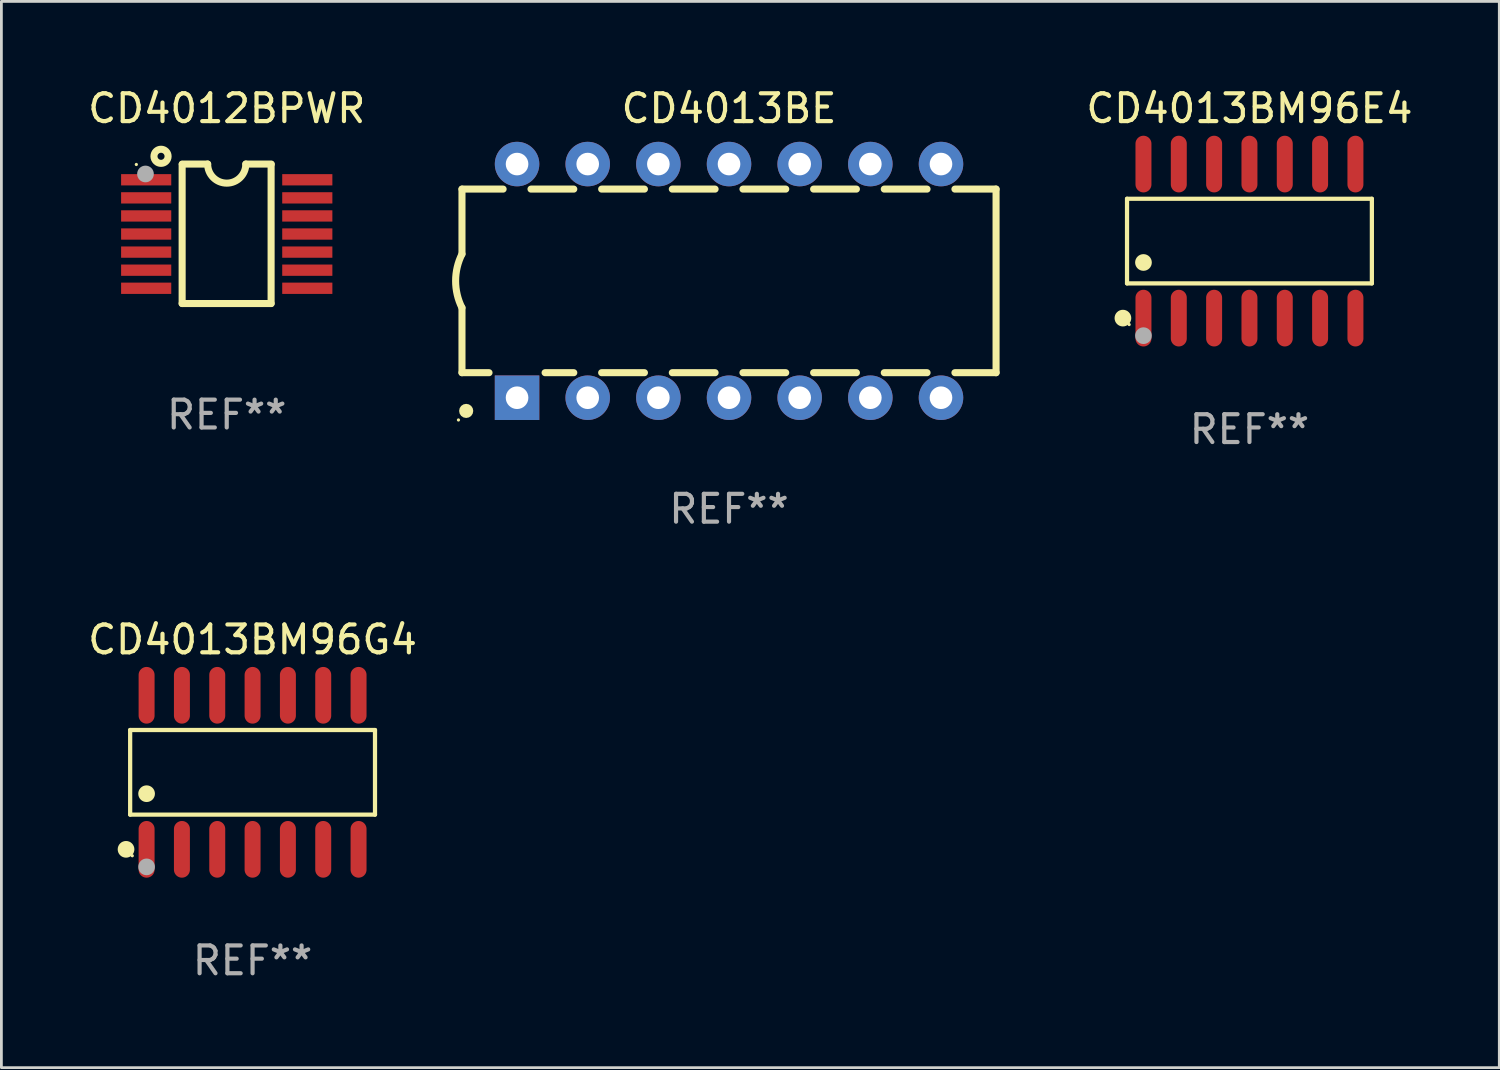
<source format=kicad_pcb>
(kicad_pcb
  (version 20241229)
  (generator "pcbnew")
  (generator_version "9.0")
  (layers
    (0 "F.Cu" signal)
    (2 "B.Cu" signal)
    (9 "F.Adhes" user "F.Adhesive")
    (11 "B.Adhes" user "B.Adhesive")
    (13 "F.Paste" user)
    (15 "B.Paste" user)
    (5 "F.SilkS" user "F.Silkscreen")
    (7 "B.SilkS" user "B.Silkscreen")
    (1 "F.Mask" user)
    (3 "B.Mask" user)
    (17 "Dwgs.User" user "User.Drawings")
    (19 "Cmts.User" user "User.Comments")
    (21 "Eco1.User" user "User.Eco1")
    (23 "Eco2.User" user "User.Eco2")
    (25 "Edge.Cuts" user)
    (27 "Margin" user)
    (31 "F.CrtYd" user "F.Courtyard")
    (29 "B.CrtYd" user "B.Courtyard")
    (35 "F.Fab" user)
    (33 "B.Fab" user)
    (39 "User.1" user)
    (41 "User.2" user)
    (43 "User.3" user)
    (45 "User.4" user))
  (footprint "CD4013BM96G4"
    (layer "F.Cu")
    (at 6.03 24.714)
    (property "Reference" "CD4013BM96G4" (at 0 -4.769 0) (layer "F.SilkS") (effects (font (size 1 1) (thickness 0.15))))
    (attr through_hole)
    (fp_line (start -4.401 -1.521) (end 4.401 -1.521) (stroke (width 0.152) (type solid)) (layer "F.SilkS"))
    (fp_line (start -4.401 1.521) (end -4.401 -1.521) (stroke (width 0.152) (type solid)) (layer "F.SilkS"))
    (fp_line (start 4.401 -1.521) (end 4.401 1.521) (stroke (width 0.152) (type solid)) (layer "F.SilkS"))
    (fp_line (start 4.401 1.521) (end -4.401 1.521) (stroke (width 0.152) (type solid)) (layer "F.SilkS"))
    (fp_circle (center -4.549 2.769) (end -4.399 2.769) (stroke (width 0.3) (type solid)) (fill no) (layer "F.SilkS"))
    (fp_circle (center -4.325 3) (end -4.295 3) (stroke (width 0.06) (type solid)) (fill no) (layer "F.SilkS"))
    (fp_circle (center -3.81 0.769) (end -3.66 0.769) (stroke (width 0.3) (type solid)) (fill no) (layer "F.SilkS"))
    (fp_circle (center -3.81 3.4) (end -3.66 3.4) (stroke (width 0.3) (type solid)) (fill no) (layer "F.Fab"))
    (fp_text user "REF**" (at 0 6.769 0) (layer "F.Fab") (effects (font (size 1 1) (thickness 0.15))))
    (pad "1" smd oval (at -3.81 2.769) (size 0.574 2.038) (layers "F.Cu" "F.Mask" "F.Paste"))
    (pad "2" smd oval (at -2.54 2.769) (size 0.574 2.038) (layers "F.Cu" "F.Mask" "F.Paste"))
    (pad "3" smd oval (at -1.27 2.769) (size 0.574 2.038) (layers "F.Cu" "F.Mask" "F.Paste"))
    (pad "4" smd oval (at 0 2.769) (size 0.574 2.038) (layers "F.Cu" "F.Mask" "F.Paste"))
    (pad "5" smd oval (at 1.27 2.769) (size 0.574 2.038) (layers "F.Cu" "F.Mask" "F.Paste"))
    (pad "6" smd oval (at 2.54 2.769) (size 0.574 2.038) (layers "F.Cu" "F.Mask" "F.Paste"))
    (pad "7" smd oval (at 3.81 2.769) (size 0.574 2.038) (layers "F.Cu" "F.Mask" "F.Paste"))
    (pad "8" smd oval (at 3.81 -2.769) (size 0.574 2.038) (layers "F.Cu" "F.Mask" "F.Paste"))
    (pad "9" smd oval (at 2.54 -2.769) (size 0.574 2.038) (layers "F.Cu" "F.Mask" "F.Paste"))
    (pad "10" smd oval (at 1.27 -2.769) (size 0.574 2.038) (layers "F.Cu" "F.Mask" "F.Paste"))
    (pad "11" smd oval (at 0 -2.769) (size 0.574 2.038) (layers "F.Cu" "F.Mask" "F.Paste"))
    (pad "12" smd oval (at -1.27 -2.769) (size 0.574 2.038) (layers "F.Cu" "F.Mask" "F.Paste"))
    (pad "13" smd oval (at -2.54 -2.769) (size 0.574 2.038) (layers "F.Cu" "F.Mask" "F.Paste"))
    (pad "14" smd oval (at -3.81 -2.769) (size 0.574 2.038) (layers "F.Cu" "F.Mask" "F.Paste")))
  (footprint "CD4012BPWR"
    (layer "F.Cu")
    (at 5.101 5.355)
    (property "Reference" "CD4012BPWR" (at 0 -4.507 0) (layer "F.SilkS") (effects (font (size 1 1) (thickness 0.15))))
    (attr through_hole)
    (fp_line (start -1.603 2.507) (end -1.603 -2.494) (stroke (width 0.254) (type solid)) (layer "F.SilkS"))
    (fp_line (start -1.603 2.507) (end 1.595 2.507) (stroke (width 0.254) (type solid)) (layer "F.SilkS"))
    (fp_line (start -1.6 -2.507) (end -0.686 -2.507) (stroke (width 0.254) (type solid)) (layer "F.SilkS"))
    (fp_line (start 0.686 -2.507) (end 1.6 -2.507) (stroke (width 0.254) (type solid)) (layer "F.SilkS"))
    (fp_line (start 1.595 2.507) (end 1.595 -2.494) (stroke (width 0.254) (type solid)) (layer "F.SilkS"))
    (fp_arc (start 0.685852 -2.506998) (mid 0.000051 -1.821197) (end -0.68575 -2.506998) (stroke (width 0.254001) (type solid)) (layer "F.SilkS"))
    (fp_circle (center -3.25 -2.492) (end -3.22 -2.492) (stroke (width 0.06) (type solid)) (fill no) (layer "F.SilkS"))
    (fp_circle (center -2.362 -2.786) (end -2.108 -2.786) (stroke (width 0.254) (type solid)) (fill no) (layer "F.SilkS"))
    (fp_circle (center -2.921 -2.151) (end -2.771 -2.151) (stroke (width 0.3) (type solid)) (fill no) (layer "F.Fab"))
    (fp_text user "REF**" (at 0 6.507 0) (layer "F.Fab") (effects (font (size 1 1) (thickness 0.15))))
    (pad "1" smd rect (at -2.896 -1.942) (size 1.803 0.406) (layers "F.Cu" "F.Mask" "F.Paste"))
    (pad "2" smd rect (at -2.896 -1.292) (size 1.803 0.406) (layers "F.Cu" "F.Mask" "F.Paste"))
    (pad "3" smd rect (at -2.896 -0.642) (size 1.803 0.406) (layers "F.Cu" "F.Mask" "F.Paste"))
    (pad "4" smd rect (at -2.896 0.008) (size 1.803 0.406) (layers "F.Cu" "F.Mask" "F.Paste"))
    (pad "5" smd rect (at -2.896 0.658) (size 1.803 0.406) (layers "F.Cu" "F.Mask" "F.Paste"))
    (pad "6" smd rect (at -2.896 1.308) (size 1.803 0.406) (layers "F.Cu" "F.Mask" "F.Paste"))
    (pad "7" smd rect (at -2.896 1.958) (size 1.803 0.406) (layers "F.Cu" "F.Mask" "F.Paste"))
    (pad "8" smd rect (at 2.896 1.958) (size 1.803 0.406) (layers "F.Cu" "F.Mask" "F.Paste"))
    (pad "9" smd rect (at 2.896 1.308) (size 1.803 0.406) (layers "F.Cu" "F.Mask" "F.Paste"))
    (pad "10" smd rect (at 2.896 0.658) (size 1.803 0.406) (layers "F.Cu" "F.Mask" "F.Paste"))
    (pad "11" smd rect (at 2.896 0.008) (size 1.803 0.406) (layers "F.Cu" "F.Mask" "F.Paste"))
    (pad "12" smd rect (at 2.896 -0.642) (size 1.803 0.406) (layers "F.Cu" "F.Mask" "F.Paste"))
    (pad "13" smd rect (at 2.896 -1.292) (size 1.803 0.406) (layers "F.Cu" "F.Mask" "F.Paste"))
    (pad "14" smd rect (at 2.896 -1.942) (size 1.803 0.406) (layers "F.Cu" "F.Mask" "F.Paste")))
  (footprint "CD4013BE"
    (layer "F.Cu")
    (at 23.158 7.048)
    (property "Reference" "CD4013BE" (at 0 -6.2 0) (layer "F.SilkS") (effects (font (size 1 1) (thickness 0.15))))
    (attr through_hole)
    (fp_line (start -9.6 -3.3) (end -9.6 -0.965) (stroke (width 0.254) (type solid)) (layer "F.SilkS"))
    (fp_line (start -9.6 -3.3) (end -8.121 -3.3) (stroke (width 0.254) (type solid)) (layer "F.SilkS"))
    (fp_line (start -9.6 3.3) (end -9.6 0.965) (stroke (width 0.254) (type solid)) (layer "F.SilkS"))
    (fp_line (start -9.6 3.3) (end -8.628 3.3) (stroke (width 0.254) (type solid)) (layer "F.SilkS"))
    (fp_line (start -7.119 -3.3) (end -5.581 -3.3) (stroke (width 0.254) (type solid)) (layer "F.SilkS"))
    (fp_line (start -6.612 3.3) (end -5.581 3.3) (stroke (width 0.254) (type solid)) (layer "F.SilkS"))
    (fp_line (start -4.579 -3.3) (end -3.041 -3.3) (stroke (width 0.254) (type solid)) (layer "F.SilkS"))
    (fp_line (start -4.579 3.3) (end -3.041 3.3) (stroke (width 0.254) (type solid)) (layer "F.SilkS"))
    (fp_line (start -2.039 -3.3) (end -0.501 -3.3) (stroke (width 0.254) (type solid)) (layer "F.SilkS"))
    (fp_line (start -2.039 3.3) (end -0.501 3.3) (stroke (width 0.254) (type solid)) (layer "F.SilkS"))
    (fp_line (start 0.501 -3.3) (end 2.039 -3.3) (stroke (width 0.254) (type solid)) (layer "F.SilkS"))
    (fp_line (start 0.501 3.3) (end 2.039 3.3) (stroke (width 0.254) (type solid)) (layer "F.SilkS"))
    (fp_line (start 3.041 -3.3) (end 4.579 -3.3) (stroke (width 0.254) (type solid)) (layer "F.SilkS"))
    (fp_line (start 3.041 3.3) (end 4.579 3.3) (stroke (width 0.254) (type solid)) (layer "F.SilkS"))
    (fp_line (start 5.581 -3.3) (end 7.119 -3.3) (stroke (width 0.254) (type solid)) (layer "F.SilkS"))
    (fp_line (start 5.581 3.3) (end 7.119 3.3) (stroke (width 0.254) (type solid)) (layer "F.SilkS"))
    (fp_line (start 8.121 -3.3) (end 9.6 -3.3) (stroke (width 0.254) (type solid)) (layer "F.SilkS"))
    (fp_line (start 8.121 3.3) (end 9.6 3.3) (stroke (width 0.254) (type solid)) (layer "F.SilkS"))
    (fp_line (start 9.6 -3.3) (end 9.6 3.3) (stroke (width 0.254) (type solid)) (layer "F.SilkS"))
    (fp_arc (start -9.601219 0.965202) (mid -9.828641 -0.00004) (end -9.600025 -0.964999) (stroke (width 0.254001) (type solid)) (layer "F.SilkS"))
    (fp_circle (center -9.727 5) (end -9.697 5) (stroke (width 0.06) (type solid)) (fill no) (layer "F.SilkS"))
    (fp_circle (center -9.449 4.674) (end -9.322 4.674) (stroke (width 0.254) (type solid)) (fill no) (layer "F.SilkS"))
    (fp_text user "REF**" (at 0 8.2 0) (layer "F.Fab") (effects (font (size 1 1) (thickness 0.15))))
    (pad "1" thru_hole rect (at -7.62 4.2) (size 1.6 1.6) (drill 0.813) (layers "*.Cu" "*.Mask"))
    (pad "2" thru_hole circle (at -5.08 4.2) (size 1.6 1.6) (drill 0.813) (layers "*.Cu" "*.Mask"))
    (pad "3" thru_hole circle (at -2.54 4.2) (size 1.6 1.6) (drill 0.813) (layers "*.Cu" "*.Mask"))
    (pad "4" thru_hole circle (at 0 4.2) (size 1.6 1.6) (drill 0.813) (layers "*.Cu" "*.Mask"))
    (pad "5" thru_hole circle (at 2.54 4.2) (size 1.6 1.6) (drill 0.813) (layers "*.Cu" "*.Mask"))
    (pad "6" thru_hole circle (at 5.08 4.2) (size 1.6 1.6) (drill 0.813) (layers "*.Cu" "*.Mask"))
    (pad "7" thru_hole circle (at 7.62 4.2) (size 1.6 1.6) (drill 0.813) (layers "*.Cu" "*.Mask"))
    (pad "8" thru_hole circle (at 7.62 -4.2) (size 1.6 1.6) (drill 0.813) (layers "*.Cu" "*.Mask"))
    (pad "9" thru_hole circle (at 5.08 -4.2) (size 1.6 1.6) (drill 0.813) (layers "*.Cu" "*.Mask"))
    (pad "10" thru_hole circle (at 2.54 -4.2) (size 1.6 1.6) (drill 0.813) (layers "*.Cu" "*.Mask"))
    (pad "11" thru_hole circle (at 0 -4.2) (size 1.6 1.6) (drill 0.813) (layers "*.Cu" "*.Mask"))
    (pad "12" thru_hole circle (at -2.54 -4.2) (size 1.6 1.6) (drill 0.813) (layers "*.Cu" "*.Mask"))
    (pad "13" thru_hole circle (at -5.08 -4.2) (size 1.6 1.6) (drill 0.813) (layers "*.Cu" "*.Mask"))
    (pad "14" thru_hole circle (at -7.62 -4.2) (size 1.6 1.6) (drill 0.813) (layers "*.Cu" "*.Mask")))
  (footprint "CD4013BM96E4"
    (layer "F.Cu")
    (at 41.867 5.617)
    (property "Reference" "CD4013BM96E4" (at 0 -4.769 0) (layer "F.SilkS") (effects (font (size 1 1) (thickness 0.15))))
    (attr through_hole)
    (fp_line (start -4.401 -1.521) (end 4.401 -1.521) (stroke (width 0.152) (type solid)) (layer "F.SilkS"))
    (fp_line (start -4.401 1.521) (end -4.401 -1.521) (stroke (width 0.152) (type solid)) (layer "F.SilkS"))
    (fp_line (start 4.401 -1.521) (end 4.401 1.521) (stroke (width 0.152) (type solid)) (layer "F.SilkS"))
    (fp_line (start 4.401 1.521) (end -4.401 1.521) (stroke (width 0.152) (type solid)) (layer "F.SilkS"))
    (fp_circle (center -4.549 2.769) (end -4.399 2.769) (stroke (width 0.3) (type solid)) (fill no) (layer "F.SilkS"))
    (fp_circle (center -4.325 3) (end -4.295 3) (stroke (width 0.06) (type solid)) (fill no) (layer "F.SilkS"))
    (fp_circle (center -3.81 0.769) (end -3.66 0.769) (stroke (width 0.3) (type solid)) (fill no) (layer "F.SilkS"))
    (fp_circle (center -3.81 3.4) (end -3.66 3.4) (stroke (width 0.3) (type solid)) (fill no) (layer "F.Fab"))
    (fp_text user "REF**" (at 0 6.769 0) (layer "F.Fab") (effects (font (size 1 1) (thickness 0.15))))
    (pad "1" smd oval (at -3.81 2.769) (size 0.574 2.038) (layers "F.Cu" "F.Mask" "F.Paste"))
    (pad "2" smd oval (at -2.54 2.769) (size 0.574 2.038) (layers "F.Cu" "F.Mask" "F.Paste"))
    (pad "3" smd oval (at -1.27 2.769) (size 0.574 2.038) (layers "F.Cu" "F.Mask" "F.Paste"))
    (pad "4" smd oval (at 0 2.769) (size 0.574 2.038) (layers "F.Cu" "F.Mask" "F.Paste"))
    (pad "5" smd oval (at 1.27 2.769) (size 0.574 2.038) (layers "F.Cu" "F.Mask" "F.Paste"))
    (pad "6" smd oval (at 2.54 2.769) (size 0.574 2.038) (layers "F.Cu" "F.Mask" "F.Paste"))
    (pad "7" smd oval (at 3.81 2.769) (size 0.574 2.038) (layers "F.Cu" "F.Mask" "F.Paste"))
    (pad "8" smd oval (at 3.81 -2.769) (size 0.574 2.038) (layers "F.Cu" "F.Mask" "F.Paste"))
    (pad "9" smd oval (at 2.54 -2.769) (size 0.574 2.038) (layers "F.Cu" "F.Mask" "F.Paste"))
    (pad "10" smd oval (at 1.27 -2.769) (size 0.574 2.038) (layers "F.Cu" "F.Mask" "F.Paste"))
    (pad "11" smd oval (at 0 -2.769) (size 0.574 2.038) (layers "F.Cu" "F.Mask" "F.Paste"))
    (pad "12" smd oval (at -1.27 -2.769) (size 0.574 2.038) (layers "F.Cu" "F.Mask" "F.Paste"))
    (pad "13" smd oval (at -2.54 -2.769) (size 0.574 2.038) (layers "F.Cu" "F.Mask" "F.Paste"))
    (pad "14" smd oval (at -3.81 -2.769) (size 0.574 2.038) (layers "F.Cu" "F.Mask" "F.Paste")))
  (gr_rect
    (start -3 -3)
    (end 50.849 35.331)
    (stroke (width 0.1) (type default))
    (fill no)
    (layer "Edge.Cuts")))
</source>
